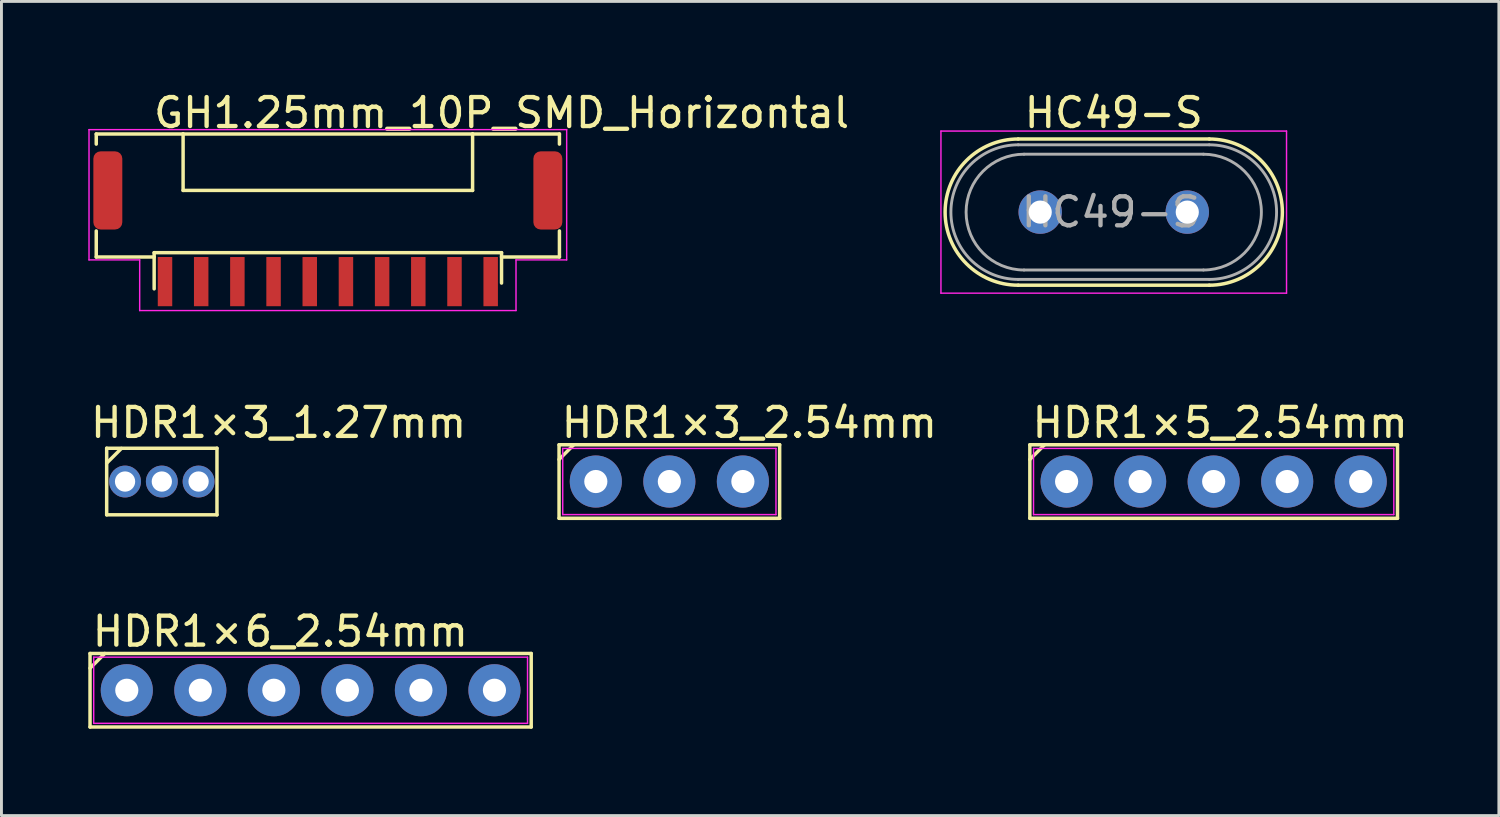
<source format=kicad_pcb>
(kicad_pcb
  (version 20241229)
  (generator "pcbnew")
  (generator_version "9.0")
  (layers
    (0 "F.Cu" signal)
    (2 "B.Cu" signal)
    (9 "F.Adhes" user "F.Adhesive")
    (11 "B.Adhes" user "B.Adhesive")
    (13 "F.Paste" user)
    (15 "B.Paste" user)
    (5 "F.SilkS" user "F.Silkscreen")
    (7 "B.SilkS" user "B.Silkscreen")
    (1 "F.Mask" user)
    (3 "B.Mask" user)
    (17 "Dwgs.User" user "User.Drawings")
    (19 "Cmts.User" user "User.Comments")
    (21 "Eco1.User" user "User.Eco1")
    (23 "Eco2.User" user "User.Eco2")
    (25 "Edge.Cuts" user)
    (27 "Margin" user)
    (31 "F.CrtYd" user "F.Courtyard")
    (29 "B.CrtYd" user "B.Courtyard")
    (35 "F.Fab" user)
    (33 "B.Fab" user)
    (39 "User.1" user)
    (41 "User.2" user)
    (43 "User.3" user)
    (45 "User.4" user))
  (footprint "HC49-S"
    (layer "F.Cu")
    (at 35.423 4.277)
    (property "Reference" "HC49-S" (at 0 -3.429 0) (layer "F.SilkS") (effects (font (size 1 1) (thickness 0.15))))
    (attr through_hole)
    (fp_line (start -3.3 -2.525) (end 3.302 -2.525) (stroke (width 0.12) (type solid)) (layer "F.SilkS"))
    (fp_line (start -3.3 2.525) (end 3.3 2.525) (stroke (width 0.12) (type solid)) (layer "F.SilkS"))
    (fp_arc (start -3.3 2.525) (mid -5.825 0) (end -3.3 -2.525) (stroke (width 0.12) (type solid)) (layer "F.SilkS"))
    (fp_arc (start 3.3 -2.525) (mid 5.825 0) (end 3.3 2.525) (stroke (width 0.12) (type solid)) (layer "F.SilkS"))
    (fp_line (start -5.969 -2.8) (end -5.969 2.8) (stroke (width 0.05) (type solid)) (layer "F.CrtYd"))
    (fp_line (start -5.969 2.8) (end 5.969 2.8) (stroke (width 0.05) (type solid)) (layer "F.CrtYd"))
    (fp_line (start 5.969 -2.8) (end -5.969 -2.8) (stroke (width 0.05) (type solid)) (layer "F.CrtYd"))
    (fp_line (start 5.969 2.8) (end 5.969 -2.8) (stroke (width 0.05) (type solid)) (layer "F.CrtYd"))
    (fp_line (start -3.3 -2.325) (end 3.3 -2.325) (stroke (width 0.1) (type solid)) (layer "F.Fab"))
    (fp_line (start -3.3 2.325) (end 3.302 2.325) (stroke (width 0.1) (type solid)) (layer "F.Fab"))
    (fp_line (start -3.1 -2) (end 3.1 -2) (stroke (width 0.1) (type solid)) (layer "F.Fab"))
    (fp_line (start -3.1 2) (end 3.1 2) (stroke (width 0.1) (type solid)) (layer "F.Fab"))
    (fp_arc (start -3.3 2.325) (mid -5.625 0) (end -3.3 -2.325) (stroke (width 0.1) (type solid)) (layer "F.Fab"))
    (fp_arc (start -3.1 2) (mid -5.1 0) (end -3.1 -2) (stroke (width 0.1) (type solid)) (layer "F.Fab"))
    (fp_arc (start 3.1 -2) (mid 5.1 0) (end 3.1 2) (stroke (width 0.1) (type solid)) (layer "F.Fab"))
    (fp_arc (start 3.3 -2.325) (mid 5.625 0) (end 3.3 2.325) (stroke (width 0.1) (type solid)) (layer "F.Fab"))
    (fp_text user "${REFERENCE}" (at -0.1 0 0) (layer "F.Fab") (effects (font (size 1 1) (thickness 0.15))))
    (pad "1" thru_hole circle (at -2.54 0) (size 1.5 1.5) (drill 0.8) (layers "*.Cu" "*.Mask"))
    (pad "2" thru_hole circle (at 2.54 0) (size 1.5 1.5) (drill 0.8) (layers "*.Cu" "*.Mask")))
  (footprint "GH1.25mm_10P_SMD_Horizontal"
    (layer "F.Cu")
    (at 8.275 5.928)
    (property "Reference" "GH1.25mm_10P_SMD_Horizontal" (at -6.096 -5.08 0) (layer "F.SilkS") (effects (font (size 1 1) (thickness 0.15)) (justify left)))
    (attr through_hole)
    (fp_line (start -8 -4.35) (end -8 -4) (stroke (width 0.12) (type default)) (layer "F.SilkS"))
    (fp_line (start -8 -4.35) (end 8 -4.35) (stroke (width 0.12) (type solid)) (layer "F.SilkS"))
    (fp_line (start -8 -1) (end -8 -0.1) (stroke (width 0.12) (type default)) (layer "F.SilkS"))
    (fp_line (start -8 -0.1) (end -6 -0.1) (stroke (width 0.12) (type default)) (layer "F.SilkS"))
    (fp_line (start -6 -0.25) (end -6 1) (stroke (width 0.12) (type solid)) (layer "F.SilkS"))
    (fp_line (start -6 -0.25) (end 6 -0.25) (stroke (width 0.12) (type solid)) (layer "F.SilkS"))
    (fp_line (start -5 -2.4) (end -5 -4.36) (stroke (width 0.12) (type solid)) (layer "F.SilkS"))
    (fp_line (start -5 -2.4) (end 5 -2.4) (stroke (width 0.12) (type solid)) (layer "F.SilkS"))
    (fp_line (start 5 -2.4) (end 5 -4.36) (stroke (width 0.12) (type solid)) (layer "F.SilkS"))
    (fp_line (start 6 0.8) (end 6 -0.25) (stroke (width 0.12) (type solid)) (layer "F.SilkS"))
    (fp_line (start 8 -4) (end 8 -4.35) (stroke (width 0.12) (type default)) (layer "F.SilkS"))
    (fp_line (start 8 -1) (end 8 -0.1) (stroke (width 0.12) (type default)) (layer "F.SilkS"))
    (fp_line (start 8 -0.1) (end 6 -0.1) (stroke (width 0.12) (type default)) (layer "F.SilkS"))
    (fp_line (start -8.25 -4.5) (end -8.25 0) (stroke (width 0.05) (type solid)) (layer "F.CrtYd"))
    (fp_line (start -6.5 0) (end -8.25 0) (stroke (width 0.05) (type default)) (layer "F.CrtYd"))
    (fp_line (start -6.5 1.75) (end -6.5 0) (stroke (width 0.05) (type default)) (layer "F.CrtYd"))
    (fp_line (start -6.5 1.75) (end 6.5 1.75) (stroke (width 0.05) (type solid)) (layer "F.CrtYd"))
    (fp_line (start 6.5 0) (end 8.25 0) (stroke (width 0.05) (type default)) (layer "F.CrtYd"))
    (fp_line (start 6.5 1.75) (end 6.5 0) (stroke (width 0.05) (type default)) (layer "F.CrtYd"))
    (fp_line (start 8.25 -4.5) (end -8.25 -4.5) (stroke (width 0.05) (type solid)) (layer "F.CrtYd"))
    (fp_line (start 8.25 0) (end 8.25 -4.5) (stroke (width 0.05) (type solid)) (layer "F.CrtYd"))
    (pad "" smd roundrect (at -7.6 -2.4) (size 1 2.7) (layers "F.Cu" "F.Mask" "F.Paste") (roundrect_rratio 0.25))
    (pad "" smd roundrect (at 7.6 -2.4) (size 1 2.7) (layers "F.Cu" "F.Mask" "F.Paste") (roundrect_rratio 0.25))
    (pad "1" smd rect (at -5.625 0.75) (size 0.5 1.7) (layers "F.Cu" "F.Mask" "F.Paste"))
    (pad "2" smd rect (at -4.375 0.75) (size 0.5 1.7) (layers "F.Cu" "F.Mask" "F.Paste"))
    (pad "3" smd rect (at -3.125 0.75) (size 0.5 1.7) (layers "F.Cu" "F.Mask" "F.Paste"))
    (pad "4" smd rect (at -1.875 0.75) (size 0.5 1.7) (layers "F.Cu" "F.Mask" "F.Paste"))
    (pad "5" smd rect (at -0.625 0.75) (size 0.5 1.7) (layers "F.Cu" "F.Mask" "F.Paste"))
    (pad "6" smd rect (at 0.625 0.75) (size 0.5 1.7) (layers "F.Cu" "F.Mask" "F.Paste"))
    (pad "7" smd rect (at 1.875 0.75) (size 0.5 1.7) (layers "F.Cu" "F.Mask" "F.Paste"))
    (pad "8" smd rect (at 3.125 0.75) (size 0.5 1.7) (layers "F.Cu" "F.Mask" "F.Paste"))
    (pad "9" smd rect (at 4.375 0.75) (size 0.5 1.7) (layers "F.Cu" "F.Mask" "F.Paste"))
    (pad "10" smd rect (at 5.625 0.75) (size 0.5 1.7) (layers "F.Cu" "F.Mask" "F.Paste")))
  (footprint "HDR1×6_2.54mm"
    (layer "F.Cu")
    (at 1.33 20.794)
    (property "Reference" "HDR1×6_2.54mm" (at -1.27 -2.032 0) (layer "F.SilkS") (effects (font (size 1 1) (thickness 0.15)) (justify left)))
    (attr through_hole)
    (fp_line (start -1.27 -1.27) (end -1.27 1.27) (stroke (width 0.12) (type solid)) (layer "F.SilkS"))
    (fp_line (start -1.27 -1.27) (end 13.97 -1.27) (stroke (width 0.12) (type solid)) (layer "F.SilkS"))
    (fp_line (start -1.27 -0.762) (end -0.762 -1.27) (stroke (width 0.12) (type solid)) (layer "F.SilkS"))
    (fp_line (start -1.27 1.27) (end 13.97 1.27) (stroke (width 0.12) (type solid)) (layer "F.SilkS"))
    (fp_line (start 13.97 -1.27) (end 13.97 1.27) (stroke (width 0.12) (type solid)) (layer "F.SilkS"))
    (fp_line (start -1.143 -1.143) (end 13.843 -1.143) (stroke (width 0.05) (type default)) (layer "F.CrtYd"))
    (fp_line (start -1.143 1.143) (end -1.143 -1.143) (stroke (width 0.05) (type default)) (layer "F.CrtYd"))
    (fp_line (start 13.843 -1.143) (end 13.843 1.143) (stroke (width 0.05) (type default)) (layer "F.CrtYd"))
    (fp_line (start 13.843 1.143) (end -1.143 1.143) (stroke (width 0.05) (type default)) (layer "F.CrtYd"))
    (pad "1" thru_hole circle (at 0 0) (size 1.8 1.8) (drill 0.8) (layers "*.Cu" "*.Mask"))
    (pad "2" thru_hole circle (at 2.54 0) (size 1.8 1.8) (drill 0.8) (layers "*.Cu" "*.Mask"))
    (pad "3" thru_hole circle (at 5.08 0) (size 1.8 1.8) (drill 0.8) (layers "*.Cu" "*.Mask"))
    (pad "4" thru_hole circle (at 7.62 0) (size 1.8 1.8) (drill 0.8) (layers "*.Cu" "*.Mask"))
    (pad "5" thru_hole circle (at 10.16 0) (size 1.8 1.8) (drill 0.8) (layers "*.Cu" "*.Mask"))
    (pad "6" thru_hole circle (at 12.7 0) (size 1.8 1.8) (drill 0.8) (layers "*.Cu" "*.Mask")))
  (footprint "HDR1×3_1.27mm"
    (layer "F.Cu")
    (at 1.27 13.584)
    (property "Reference" "HDR1×3_1.27mm" (at -1.27 -2.032 0) (layer "F.SilkS") (effects (font (size 1 1) (thickness 0.15)) (justify left)))
    (attr through_hole)
    (fp_line (start -0.635 -1.15) (end -0.635 1.15) (stroke (width 0.12) (type solid)) (layer "F.SilkS"))
    (fp_line (start -0.635 -1.15) (end 3.175 -1.15) (stroke (width 0.12) (type solid)) (layer "F.SilkS"))
    (fp_line (start -0.635 -0.635) (end -0.127 -1.143) (stroke (width 0.12) (type solid)) (layer "F.SilkS"))
    (fp_line (start -0.635 1.15) (end 3.175 1.15) (stroke (width 0.12) (type solid)) (layer "F.SilkS"))
    (fp_line (start 3.175 -1.15) (end 3.175 1.15) (stroke (width 0.12) (type solid)) (layer "F.SilkS"))
    (pad "1" thru_hole circle (at 0 0) (size 1.1 1.1) (drill 0.7) (layers "*.Cu" "*.Mask"))
    (pad "2" thru_hole circle (at 1.27 0) (size 1.1 1.1) (drill 0.7) (layers "*.Cu" "*.Mask"))
    (pad "3" thru_hole circle (at 2.54 0) (size 1.1 1.1) (drill 0.7) (layers "*.Cu" "*.Mask")))
  (footprint "HDR1×5_2.54mm"
    (layer "F.Cu")
    (at 33.795 13.584)
    (property "Reference" "HDR1×5_2.54mm" (at -1.27 -2.032 0) (layer "F.SilkS") (effects (font (size 1 1) (thickness 0.15)) (justify left)))
    (attr through_hole)
    (fp_line (start -1.27 -1.27) (end -1.27 1.27) (stroke (width 0.12) (type solid)) (layer "F.SilkS"))
    (fp_line (start -1.27 -1.27) (end 11.43 -1.27) (stroke (width 0.12) (type solid)) (layer "F.SilkS"))
    (fp_line (start -1.27 -0.762) (end -0.762 -1.27) (stroke (width 0.12) (type solid)) (layer "F.SilkS"))
    (fp_line (start -1.27 1.27) (end 11.43 1.27) (stroke (width 0.12) (type solid)) (layer "F.SilkS"))
    (fp_line (start 11.43 -1.27) (end 11.43 1.27) (stroke (width 0.12) (type solid)) (layer "F.SilkS"))
    (fp_line (start -1.143 -1.143) (end 11.303 -1.143) (stroke (width 0.05) (type default)) (layer "F.CrtYd"))
    (fp_line (start -1.143 1.143) (end -1.143 -1.143) (stroke (width 0.05) (type default)) (layer "F.CrtYd"))
    (fp_line (start 11.303 -1.143) (end 11.303 1.143) (stroke (width 0.05) (type default)) (layer "F.CrtYd"))
    (fp_line (start 11.303 1.143) (end -1.143 1.143) (stroke (width 0.05) (type default)) (layer "F.CrtYd"))
    (pad "1" thru_hole circle (at 0 0) (size 1.8 1.8) (drill 0.8) (layers "*.Cu" "*.Mask"))
    (pad "2" thru_hole circle (at 2.54 0) (size 1.8 1.8) (drill 0.8) (layers "*.Cu" "*.Mask"))
    (pad "3" thru_hole circle (at 5.08 0) (size 1.8 1.8) (drill 0.8) (layers "*.Cu" "*.Mask"))
    (pad "4" thru_hole circle (at 7.62 0) (size 1.8 1.8) (drill 0.8) (layers "*.Cu" "*.Mask"))
    (pad "5" thru_hole circle (at 10.16 0) (size 1.8 1.8) (drill 0.8) (layers "*.Cu" "*.Mask")))
  (footprint "HDR1×3_2.54mm"
    (layer "F.Cu")
    (at 17.532 13.584)
    (property "Reference" "HDR1×3_2.54mm" (at -1.27 -2.032 0) (layer "F.SilkS") (effects (font (size 1 1) (thickness 0.15)) (justify left)))
    (attr through_hole)
    (fp_line (start -1.27 -1.27) (end -1.27 1.27) (stroke (width 0.12) (type solid)) (layer "F.SilkS"))
    (fp_line (start -1.27 -1.27) (end 6.35 -1.27) (stroke (width 0.12) (type solid)) (layer "F.SilkS"))
    (fp_line (start -1.27 -0.762) (end -0.762 -1.27) (stroke (width 0.12) (type solid)) (layer "F.SilkS"))
    (fp_line (start -1.27 1.27) (end 6.35 1.27) (stroke (width 0.12) (type solid)) (layer "F.SilkS"))
    (fp_line (start 6.35 -1.27) (end 6.35 1.27) (stroke (width 0.12) (type solid)) (layer "F.SilkS"))
    (fp_line (start -1.143 -1.143) (end 6.223 -1.143) (stroke (width 0.05) (type default)) (layer "F.CrtYd"))
    (fp_line (start -1.143 1.143) (end -1.143 -1.143) (stroke (width 0.05) (type default)) (layer "F.CrtYd"))
    (fp_line (start 6.223 -1.143) (end 6.223 1.143) (stroke (width 0.05) (type default)) (layer "F.CrtYd"))
    (fp_line (start 6.223 1.143) (end -1.143 1.143) (stroke (width 0.05) (type default)) (layer "F.CrtYd"))
    (pad "1" thru_hole circle (at 0 0) (size 1.8 1.8) (drill 0.8) (layers "*.Cu" "*.Mask"))
    (pad "2" thru_hole circle (at 2.54 0) (size 1.8 1.8) (drill 0.8) (layers "*.Cu" "*.Mask"))
    (pad "3" thru_hole circle (at 5.08 0) (size 1.8 1.8) (drill 0.8) (layers "*.Cu" "*.Mask")))
  (gr_rect
    (start -3 -3)
    (end 48.727 25.124)
    (stroke (width 0.1) (type default))
    (fill no)
    (layer "Edge.Cuts")))
</source>
